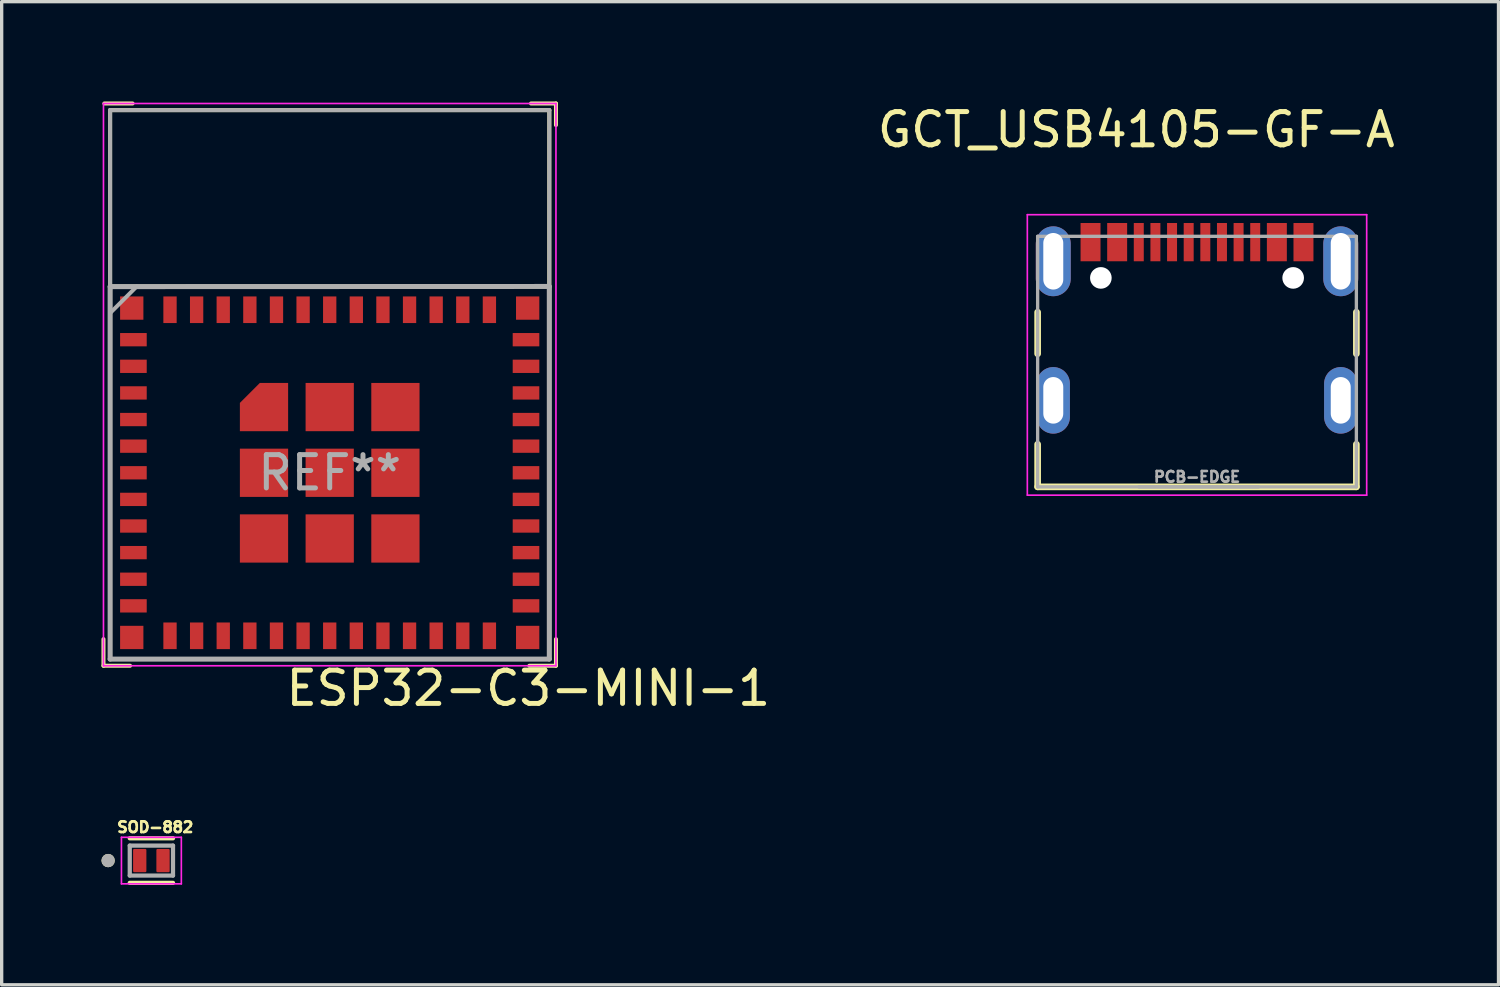
<source format=kicad_pcb>
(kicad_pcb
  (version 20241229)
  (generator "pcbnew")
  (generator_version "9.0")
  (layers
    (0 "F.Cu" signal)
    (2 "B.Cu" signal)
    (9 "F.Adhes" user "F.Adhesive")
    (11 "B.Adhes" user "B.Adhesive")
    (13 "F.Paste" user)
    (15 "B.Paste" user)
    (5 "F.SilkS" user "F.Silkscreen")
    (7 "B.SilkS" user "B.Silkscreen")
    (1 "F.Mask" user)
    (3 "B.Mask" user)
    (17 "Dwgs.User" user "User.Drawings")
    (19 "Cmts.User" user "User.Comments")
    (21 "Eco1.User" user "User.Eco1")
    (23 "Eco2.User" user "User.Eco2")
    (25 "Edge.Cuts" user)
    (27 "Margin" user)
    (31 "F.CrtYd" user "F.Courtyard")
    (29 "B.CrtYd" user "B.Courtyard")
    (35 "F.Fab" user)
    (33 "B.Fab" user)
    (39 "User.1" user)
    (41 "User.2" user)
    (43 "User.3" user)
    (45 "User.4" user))
  (footprint "GCT_USB4105-GF-A"
    (layer "F.Cu")
    (at 32.928 8.983)
    (property "Reference" "GCT_USB4105-GF-A" (at -1.825 -8.135 0) (layer "F.SilkS") (effects (font (size 1 1) (thickness 0.15))))
    (attr smd)
    (fp_line (start -4.79 -2.65) (end -4.79 -1.4) (stroke (width 0.2) (type solid)) (layer "F.SilkS"))
    (fp_line (start -4.79 1.32) (end -4.79 2.6) (stroke (width 0.2) (type solid)) (layer "F.SilkS"))
    (fp_line (start -4.79 2.6) (end 4.79 2.6) (stroke (width 0.2) (type solid)) (layer "F.SilkS"))
    (fp_line (start 4.79 -2.65) (end 4.79 -1.4) (stroke (width 0.2) (type solid)) (layer "F.SilkS"))
    (fp_line (start 4.79 2.6) (end 4.79 1.32) (stroke (width 0.2) (type solid)) (layer "F.SilkS"))
    (fp_line (start -5.1 -5.58) (end -5.1 2.85) (stroke (width 0.05) (type solid)) (layer "F.CrtYd"))
    (fp_line (start -5.1 2.85) (end 5.1 2.85) (stroke (width 0.05) (type solid)) (layer "F.CrtYd"))
    (fp_line (start 5.1 -5.58) (end -5.1 -5.58) (stroke (width 0.05) (type solid)) (layer "F.CrtYd"))
    (fp_line (start 5.1 2.85) (end 5.1 -5.58) (stroke (width 0.05) (type solid)) (layer "F.CrtYd"))
    (fp_line (start -4.79 -4.93) (end 4.79 -4.93) (stroke (width 0.1) (type solid)) (layer "F.Fab"))
    (fp_line (start -4.79 2.6) (end -4.79 -4.93) (stroke (width 0.1) (type solid)) (layer "F.Fab"))
    (fp_line (start -1.75 2.6) (end 1.85 2.6) (stroke (width 0.1) (type solid)) (layer "F.Fab"))
    (fp_line (start 4.79 -4.93) (end 4.79 2.6) (stroke (width 0.1) (type solid)) (layer "F.Fab"))
    (fp_line (start 4.79 2.6) (end -4.79 2.6) (stroke (width 0.1) (type solid)) (layer "F.Fab"))
    (fp_text user "PCB-EDGE" (at 0 2.3 0) (layer "F.Fab") (effects (font (size 0.32 0.32) (thickness 0.08))))
    (pad "" np_thru_hole circle (at -2.89 -3.68) (size 0.65 0.65) (drill 0.65) (layers "*.Cu" "*.Mask"))
    (pad "" np_thru_hole circle (at 2.89 -3.68) (size 0.65 0.65) (drill 0.65) (layers "*.Cu" "*.Mask"))
    (pad "A1_B12" smd rect (at -3.2 -4.755) (size 0.6 1.15) (layers "F.Cu" "F.Mask" "F.Paste"))
    (pad "A4_B9" smd rect (at -2.4 -4.755) (size 0.6 1.15) (layers "F.Cu" "F.Mask" "F.Paste"))
    (pad "A5" smd rect (at -1.25 -4.755) (size 0.3 1.15) (layers "F.Cu" "F.Mask" "F.Paste"))
    (pad "A6" smd rect (at -0.25 -4.755) (size 0.3 1.15) (layers "F.Cu" "F.Mask" "F.Paste"))
    (pad "A7" smd rect (at 0.25 -4.755) (size 0.3 1.15) (layers "F.Cu" "F.Mask" "F.Paste"))
    (pad "A8" smd rect (at 1.25 -4.755) (size 0.3 1.15) (layers "F.Cu" "F.Mask" "F.Paste"))
    (pad "B1_A12" smd rect (at 3.2 -4.755) (size 0.6 1.15) (layers "F.Cu" "F.Mask" "F.Paste"))
    (pad "B4_A9" smd rect (at 2.4 -4.755) (size 0.6 1.15) (layers "F.Cu" "F.Mask" "F.Paste"))
    (pad "B5" smd rect (at 1.75 -4.755) (size 0.3 1.15) (layers "F.Cu" "F.Mask" "F.Paste"))
    (pad "B6" smd rect (at 0.75 -4.755) (size 0.3 1.15) (layers "F.Cu" "F.Mask" "F.Paste"))
    (pad "B7" smd rect (at -0.75 -4.755) (size 0.3 1.15) (layers "F.Cu" "F.Mask" "F.Paste"))
    (pad "B8" smd rect (at -1.75 -4.755) (size 0.3 1.15) (layers "F.Cu" "F.Mask" "F.Paste"))
    (pad "S1" thru_hole oval (at -4.32 -4.18) (size 1.05 2.1) (drill oval 0.6 1.7) (layers "*.Cu" "*.Mask"))
    (pad "S2" thru_hole oval (at -4.32 0) (size 1 2) (drill oval 0.6 1.4) (layers "*.Cu" "*.Mask"))
    (pad "S3" thru_hole oval (at 4.32 0) (size 1 2) (drill oval 0.6 1.4) (layers "*.Cu" "*.Mask"))
    (pad "S4" thru_hole oval (at 4.32 -4.18) (size 1.05 2.1) (drill oval 0.6 1.7) (layers "*.Cu" "*.Mask")))
  (footprint "SOD-882"
    (layer "F.Cu")
    (at 1.5 22.816)
    (property "Reference" "SOD-882" (at 0.116 -1.003 180) (layer "F.SilkS") (effects (font (size 0.32 0.32) (thickness 0.15))))
    (attr smd)
    (fp_poly (pts (xy -0.601 -0.4) (xy -0.1 -0.4) (xy -0.1 0.401) (xy -0.601 0.401)) (stroke (width 0.01) (type solid)) (fill yes) (layer "F.Mask"))
    (fp_poly (pts (xy 0.1 -0.4) (xy 0.6 -0.4) (xy 0.6 0.4) (xy 0.1 0.4)) (stroke (width 0.01) (type solid)) (fill yes) (layer "F.Mask"))
    (fp_line (start -0.65 -0.67) (end 0.65 -0.67) (stroke (width 0.127) (type solid)) (layer "F.SilkS"))
    (fp_line (start 0.65 0.67) (end -0.65 0.67) (stroke (width 0.127) (type solid)) (layer "F.SilkS"))
    (fp_circle (center -1.3 0) (end -1.2 0) (stroke (width 0.2) (type solid)) (fill no) (layer "F.SilkS"))
    (fp_poly (pts (xy -0.5 -0.3) (xy -0.2 -0.3) (xy -0.2 0.3) (xy -0.5 0.3)) (stroke (width 0.01) (type solid)) (fill yes) (layer "F.Paste"))
    (fp_poly (pts (xy 0.2 -0.3) (xy 0.5 -0.3) (xy 0.5 0.3) (xy 0.2 0.3)) (stroke (width 0.01) (type solid)) (fill yes) (layer "F.Paste"))
    (fp_line (start -0.9 -0.7) (end -0.9 0.7) (stroke (width 0.05) (type solid)) (layer "F.CrtYd"))
    (fp_line (start -0.9 0.7) (end 0.9 0.7) (stroke (width 0.05) (type solid)) (layer "F.CrtYd"))
    (fp_line (start 0.9 -0.7) (end -0.9 -0.7) (stroke (width 0.05) (type solid)) (layer "F.CrtYd"))
    (fp_line (start 0.9 0.7) (end 0.9 -0.7) (stroke (width 0.05) (type solid)) (layer "F.CrtYd"))
    (fp_line (start -0.65 -0.45) (end 0.65 -0.45) (stroke (width 0.127) (type solid)) (layer "F.Fab"))
    (fp_line (start -0.65 0.45) (end -0.65 -0.45) (stroke (width 0.127) (type solid)) (layer "F.Fab"))
    (fp_line (start 0.65 -0.45) (end 0.65 0.45) (stroke (width 0.127) (type solid)) (layer "F.Fab"))
    (fp_line (start 0.65 0.45) (end -0.65 0.45) (stroke (width 0.127) (type solid)) (layer "F.Fab"))
    (fp_circle (center -1.3 0) (end -1.2 0) (stroke (width 0.2) (type solid)) (fill no) (layer "F.Fab"))
    (pad "1" smd roundrect (at -0.35 0) (size 0.4 0.7) (layers "F.Cu") (roundrect_rratio 0.09))
    (pad "2" smd roundrect (at 0.35 0) (size 0.4 0.7) (layers "F.Cu") (roundrect_rratio 0.09)))
  (footprint "ESP32-C3-MINI-1"
    (layer "F.Cu")
    (at 6.86 11.16)
    (property "Reference" "ESP32-C3-MINI-1" (at 5.969 6.477 0) (layer "F.SilkS") (effects (font (size 1 1) (thickness 0.15))))
    (attr smd)
    (fp_line (start -6.8 5) (end -6.8 5.8) (stroke (width 0.12) (type solid)) (layer "F.SilkS"))
    (fp_line (start -6.8 5.8) (end -6 5.8) (stroke (width 0.12) (type solid)) (layer "F.SilkS"))
    (fp_line (start -6.6 -10.9) (end 6.6 -10.9) (stroke (width 0.12) (type solid)) (layer "F.SilkS"))
    (fp_line (start -6.6 -5.6) (end 6.6 -5.6) (stroke (width 0.12) (type solid)) (layer "F.SilkS"))
    (fp_line (start -6.6 5.6) (end -6.6 -10.9) (stroke (width 0.12) (type solid)) (layer "F.SilkS"))
    (fp_line (start -5.925 -11.1) (end -6.775 -11.1) (stroke (width 0.12) (type solid)) (layer "F.SilkS"))
    (fp_line (start 6.05 -11.1) (end 6.8 -11.1) (stroke (width 0.12) (type solid)) (layer "F.SilkS"))
    (fp_line (start 6.6 -10.9) (end 6.6 5.6) (stroke (width 0.12) (type solid)) (layer "F.SilkS"))
    (fp_line (start 6.6 5.6) (end -6.6 5.6) (stroke (width 0.12) (type solid)) (layer "F.SilkS"))
    (fp_line (start 6.8 -11.1) (end 6.8 -10.45) (stroke (width 0.12) (type solid)) (layer "F.SilkS"))
    (fp_line (start 6.8 5) (end 6.8 5.8) (stroke (width 0.12) (type solid)) (layer "F.SilkS"))
    (fp_line (start 6.8 5.8) (end 6 5.8) (stroke (width 0.12) (type solid)) (layer "F.SilkS"))
    (fp_line (start -6.8 -11.1) (end 6.8 -11.1) (stroke (width 0.05) (type solid)) (layer "F.CrtYd"))
    (fp_line (start -6.8 5.8) (end -6.8 -11.1) (stroke (width 0.05) (type solid)) (layer "F.CrtYd"))
    (fp_line (start 6.8 -11.1) (end 6.8 5.8) (stroke (width 0.05) (type solid)) (layer "F.CrtYd"))
    (fp_line (start 6.8 5.8) (end -6.8 5.8) (stroke (width 0.05) (type solid)) (layer "F.CrtYd"))
    (fp_line (start -6.6 -5.595) (end -6.6 5.6) (stroke (width 0.15) (type solid)) (layer "F.Fab"))
    (fp_line (start -6.6 -5.5) (end -6.6 -10.9) (stroke (width 0.12) (type solid)) (layer "F.Fab"))
    (fp_line (start -6.6 5.6) (end 6.6 5.6) (stroke (width 0.15) (type solid)) (layer "F.Fab"))
    (fp_line (start -5.8 -5.6) (end -6.6 -4.8) (stroke (width 0.12) (type solid)) (layer "F.Fab"))
    (fp_line (start 6.6 -10.9) (end -6.6 -10.9) (stroke (width 0.12) (type solid)) (layer "F.Fab"))
    (fp_line (start 6.6 -5.6) (end -6.6 -5.595) (stroke (width 0.15) (type solid)) (layer "F.Fab"))
    (fp_line (start 6.6 -5.5) (end 6.6 -10.9) (stroke (width 0.12) (type solid)) (layer "F.Fab"))
    (fp_line (start 6.6 5.6) (end 6.6 -5.595) (stroke (width 0.15) (type solid)) (layer "F.Fab"))
    (fp_text user "REF**" (at 0 0 0) (layer "F.Fab") (effects (font (size 1 1) (thickness 0.15))))
    (pad "1" smd rect (at -5.9 -4 90) (size 0.4 0.8) (layers "F.Cu" "F.Mask" "F.Paste"))
    (pad "2" smd rect (at -5.9 -3.2 90) (size 0.4 0.8) (layers "F.Cu" "F.Mask" "F.Paste"))
    (pad "3" smd rect (at -5.9 -2.4 90) (size 0.4 0.8) (layers "F.Cu" "F.Mask" "F.Paste"))
    (pad "4" smd rect (at -5.9 -1.6 90) (size 0.4 0.8) (layers "F.Cu" "F.Mask" "F.Paste"))
    (pad "5" smd rect (at -5.9 -0.8 90) (size 0.4 0.8) (layers "F.Cu" "F.Mask" "F.Paste"))
    (pad "6" smd rect (at -5.9 0 90) (size 0.4 0.8) (layers "F.Cu" "F.Mask" "F.Paste"))
    (pad "7" smd rect (at -5.9 0.8 90) (size 0.4 0.8) (layers "F.Cu" "F.Mask" "F.Paste"))
    (pad "8" smd rect (at -5.9 1.6 90) (size 0.4 0.8) (layers "F.Cu" "F.Mask" "F.Paste"))
    (pad "9" smd rect (at -5.9 2.4 90) (size 0.4 0.8) (layers "F.Cu" "F.Mask" "F.Paste"))
    (pad "10" smd rect (at -5.9 3.2 90) (size 0.4 0.8) (layers "F.Cu" "F.Mask" "F.Paste"))
    (pad "11" smd rect (at -5.9 4 90) (size 0.4 0.8) (layers "F.Cu" "F.Mask" "F.Paste"))
    (pad "12" smd rect (at -4.8 4.9) (size 0.4 0.8) (layers "F.Cu" "F.Mask" "F.Paste"))
    (pad "13" smd rect (at -4 4.9) (size 0.4 0.8) (layers "F.Cu" "F.Mask" "F.Paste"))
    (pad "14" smd rect (at -3.2 4.9) (size 0.4 0.8) (layers "F.Cu" "F.Mask" "F.Paste"))
    (pad "15" smd rect (at -2.4 4.9) (size 0.4 0.8) (layers "F.Cu" "F.Mask" "F.Paste"))
    (pad "16" smd rect (at -1.6 4.9) (size 0.4 0.8) (layers "F.Cu" "F.Mask" "F.Paste"))
    (pad "17" smd rect (at -0.8 4.9) (size 0.4 0.8) (layers "F.Cu" "F.Mask" "F.Paste"))
    (pad "18" smd rect (at 0 4.9) (size 0.4 0.8) (layers "F.Cu" "F.Mask" "F.Paste"))
    (pad "19" smd rect (at 0.8 4.9) (size 0.4 0.8) (layers "F.Cu" "F.Mask" "F.Paste"))
    (pad "20" smd rect (at 1.6 4.9) (size 0.4 0.8) (layers "F.Cu" "F.Mask" "F.Paste"))
    (pad "21" smd rect (at 2.4 4.9) (size 0.4 0.8) (layers "F.Cu" "F.Mask" "F.Paste"))
    (pad "22" smd rect (at 3.2 4.9) (size 0.4 0.8) (layers "F.Cu" "F.Mask" "F.Paste"))
    (pad "23" smd rect (at 4 4.9) (size 0.4 0.8) (layers "F.Cu" "F.Mask" "F.Paste"))
    (pad "24" smd rect (at 4.8 4.9) (size 0.4 0.8) (layers "F.Cu" "F.Mask" "F.Paste"))
    (pad "25" smd rect (at 5.9 4 90) (size 0.4 0.8) (layers "F.Cu" "F.Mask" "F.Paste"))
    (pad "26" smd rect (at 5.9 3.2 90) (size 0.4 0.8) (layers "F.Cu" "F.Mask" "F.Paste"))
    (pad "27" smd rect (at 5.9 2.4 90) (size 0.4 0.8) (layers "F.Cu" "F.Mask" "F.Paste"))
    (pad "28" smd rect (at 5.9 1.6 90) (size 0.4 0.8) (layers "F.Cu" "F.Mask" "F.Paste"))
    (pad "29" smd rect (at 5.9 0.8 90) (size 0.4 0.8) (layers "F.Cu" "F.Mask" "F.Paste"))
    (pad "30" smd rect (at 5.9 0 90) (size 0.4 0.8) (layers "F.Cu" "F.Mask" "F.Paste"))
    (pad "31" smd rect (at 5.9 -0.8 90) (size 0.4 0.8) (layers "F.Cu" "F.Mask" "F.Paste"))
    (pad "32" smd rect (at 5.9 -1.6 90) (size 0.4 0.8) (layers "F.Cu" "F.Mask" "F.Paste"))
    (pad "33" smd rect (at 5.9 -2.4 90) (size 0.4 0.8) (layers "F.Cu" "F.Mask" "F.Paste"))
    (pad "34" smd rect (at 5.9 -3.2 90) (size 0.4 0.8) (layers "F.Cu" "F.Mask" "F.Paste"))
    (pad "35" smd rect (at 5.9 -4 90) (size 0.4 0.8) (layers "F.Cu" "F.Mask" "F.Paste"))
    (pad "36" smd rect (at -5.95 -4.95 90) (size 0.7 0.7) (layers "F.Cu" "F.Mask" "F.Paste"))
    (pad "36" smd rect (at -5.95 4.95 90) (size 0.7 0.7) (layers "F.Cu" "F.Mask" "F.Paste"))
    (pad "36" smd rect (at -4.8 -4.9) (size 0.4 0.8) (layers "F.Cu" "F.Mask" "F.Paste"))
    (pad "36" smd rect (at -4 -4.9) (size 0.4 0.8) (layers "F.Cu" "F.Mask" "F.Paste"))
    (pad "36" smd rect (at -3.2 -4.9) (size 0.4 0.8) (layers "F.Cu" "F.Mask" "F.Paste"))
    (pad "36" smd rect (at -2.4 -4.9) (size 0.4 0.8) (layers "F.Cu" "F.Mask" "F.Paste"))
    (pad "36" smd custom (at -1.975 -1.975) (size 0.8 0.8) (layers "F.Cu" "F.Mask" "F.Paste") (options (anchor rect)) (primitives (gr_poly (pts (xy 0.725 0.725) (xy -0.725 0.725) (xy -0.725 -0.125) (xy -0.125 -0.725) (xy 0.725 -0.725)) (width 0) (fill yes))))
    (pad "36" smd rect (at -1.975 0 90) (size 1.45 1.45) (layers "F.Cu" "F.Mask" "F.Paste"))
    (pad "36" smd rect (at -1.975 1.975 90) (size 1.45 1.45) (layers "F.Cu" "F.Mask" "F.Paste"))
    (pad "36" smd rect (at -1.6 -4.9) (size 0.4 0.8) (layers "F.Cu" "F.Mask" "F.Paste"))
    (pad "36" smd rect (at -0.8 -4.9) (size 0.4 0.8) (layers "F.Cu" "F.Mask" "F.Paste"))
    (pad "36" smd rect (at 0 -4.9) (size 0.4 0.8) (layers "F.Cu" "F.Mask" "F.Paste"))
    (pad "36" smd rect (at 0 -1.975 90) (size 1.45 1.45) (layers "F.Cu" "F.Mask" "F.Paste"))
    (pad "36" smd rect (at 0 0 90) (size 1.45 1.45) (layers "F.Cu" "F.Mask" "F.Paste"))
    (pad "36" smd rect (at 0 1.975 90) (size 1.45 1.45) (layers "F.Cu" "F.Mask" "F.Paste"))
    (pad "36" smd rect (at 0.8 -4.9) (size 0.4 0.8) (layers "F.Cu" "F.Mask" "F.Paste"))
    (pad "36" smd rect (at 1.6 -4.9) (size 0.4 0.8) (layers "F.Cu" "F.Mask" "F.Paste"))
    (pad "36" smd rect (at 1.975 -1.975 90) (size 1.45 1.45) (layers "F.Cu" "F.Mask" "F.Paste"))
    (pad "36" smd rect (at 1.975 0 90) (size 1.45 1.45) (layers "F.Cu" "F.Mask" "F.Paste"))
    (pad "36" smd rect (at 1.975 1.975 90) (size 1.45 1.45) (layers "F.Cu" "F.Mask" "F.Paste"))
    (pad "36" smd rect (at 2.4 -4.9) (size 0.4 0.8) (layers "F.Cu" "F.Mask" "F.Paste"))
    (pad "36" smd rect (at 3.2 -4.9) (size 0.4 0.8) (layers "F.Cu" "F.Mask" "F.Paste"))
    (pad "36" smd rect (at 4 -4.9) (size 0.4 0.8) (layers "F.Cu" "F.Mask" "F.Paste"))
    (pad "36" smd rect (at 4.8 -4.9) (size 0.4 0.8) (layers "F.Cu" "F.Mask" "F.Paste"))
    (pad "36" smd rect (at 5.95 -4.95 90) (size 0.7 0.7) (layers "F.Cu" "F.Mask" "F.Paste"))
    (pad "36" smd rect (at 5.95 4.95 90) (size 0.7 0.7) (layers "F.Cu" "F.Mask" "F.Paste")))
  (gr_rect
    (start -3 -3)
    (end 41.99 26.55)
    (stroke (width 0.1) (type default))
    (fill no)
    (layer "Edge.Cuts")))
</source>
